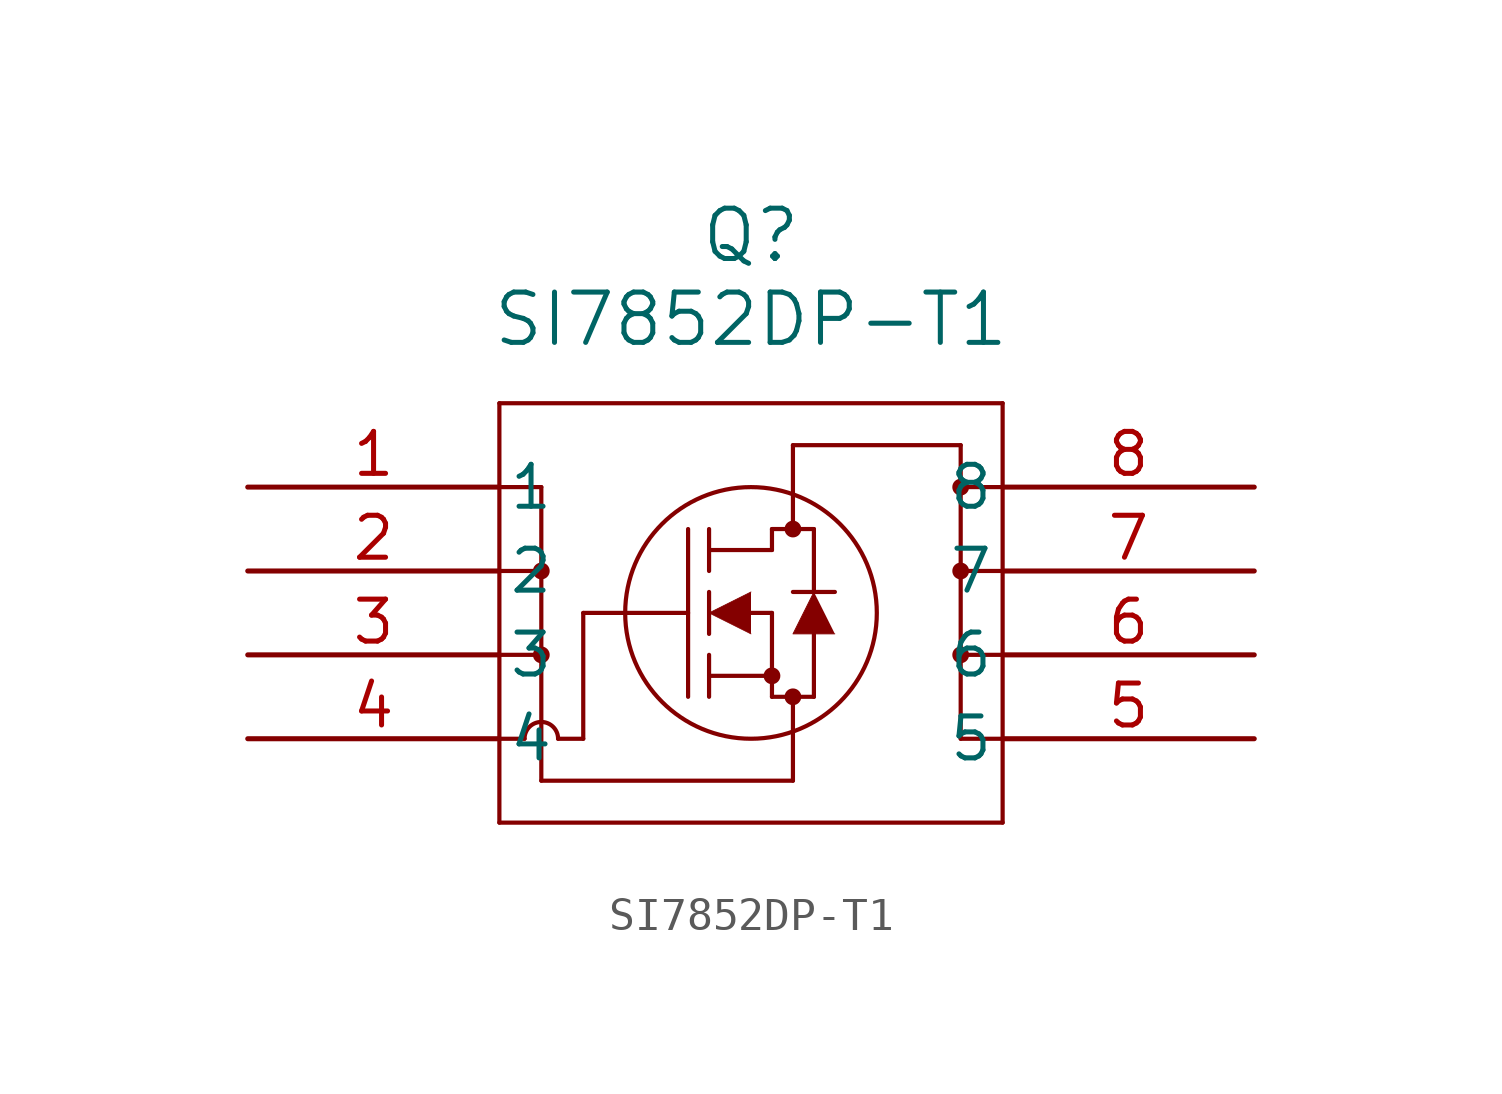
<source format=kicad_sym>
(kicad_symbol_lib
  (version 20211014)
  (generator kicad_symbol_editor)
  (symbol "SI7852DP-T1"
    (pin_names
      (offset 0.254))
    (property "Reference" "Q"
      (at 15.24 7.62 0)
      (effects (font (size 1.524 1.524))))
    (property "Value" "SI7852DP-T1"
      (at 15.24 5.08 0)
      (effects (font (size 1.524 1.524))))
    (symbol "SI7852DP-T1_0_1"
      (polyline (pts (xy 7.62 2.54) (xy 7.62 -10.16)) (stroke (width 0.127) (type default) (color 0 0 0 0)) (fill (type none)))
      (polyline (pts (xy 7.62 -10.16) (xy 22.86 -10.16)) (stroke (width 0.127) (type default) (color 0 0 0 0)) (fill (type none)))
      (polyline (pts (xy 22.86 -10.16) (xy 22.86 2.54)) (stroke (width 0.127) (type default) (color 0 0 0 0)) (fill (type none)))
      (polyline (pts (xy 22.86 2.54) (xy 7.62 2.54)) (stroke (width 0.127) (type default) (color 0 0 0 0)) (fill (type none)))
      (circle (center 16.51 -1.27) (radius 0.127) (stroke (width 0.254) (type default) (color 0 0 0 0)) (fill (type none)))
      (circle (center 16.51 -6.35) (radius 0.127) (stroke (width 0.254) (type default) (color 0 0 0 0)) (fill (type none)))
      (circle (center 15.875 -5.715) (radius 0.127) (stroke (width 0.254) (type default) (color 0 0 0 0)) (fill (type none)))
      (circle (center 15.24 -3.81) (radius 3.81) (stroke (width 0.127) (type default) (color 0 0 0 0)) (fill (type none)))
      (polyline (pts (xy 10.16 -3.81) (xy 13.335 -3.81)) (stroke (width 0.127) (type default) (color 0 0 0 0)) (fill (type none)))
      (polyline (pts (xy 13.335 -6.35) (xy 13.335 -1.27)) (stroke (width 0.127) (type default) (color 0 0 0 0)) (fill (type none)))
      (polyline (pts (xy 13.97 -4.445) (xy 13.97 -3.175)) (stroke (width 0.127) (type default) (color 0 0 0 0)) (fill (type none)))
      (polyline (pts (xy 13.97 -6.35) (xy 13.97 -5.08)) (stroke (width 0.127) (type default) (color 0 0 0 0)) (fill (type none)))
      (polyline (pts (xy 13.97 -2.54) (xy 13.97 -1.27)) (stroke (width 0.127) (type default) (color 0 0 0 0)) (fill (type none)))
      (polyline (pts (xy 15.24 -3.81) (xy 15.875 -3.81)) (stroke (width 0.127) (type default) (color 0 0 0 0)) (fill (type none)))
      (polyline (pts (xy 13.97 -5.715) (xy 15.875 -5.715)) (stroke (width 0.127) (type default) (color 0 0 0 0)) (fill (type none)))
      (polyline (pts (xy 15.875 -6.35) (xy 15.875 -3.81)) (stroke (width 0.127) (type default) (color 0 0 0 0)) (fill (type none)))
      (polyline (pts (xy 15.875 -6.35) (xy 17.145 -6.35)) (stroke (width 0.127) (type default) (color 0 0 0 0)) (fill (type none)))
      (polyline (pts (xy 13.97 -1.905) (xy 15.875 -1.905)) (stroke (width 0.127) (type default) (color 0 0 0 0)) (fill (type none)))
      (polyline (pts (xy 17.145 -3.175) (xy 17.145 -1.27)) (stroke (width 0.127) (type default) (color 0 0 0 0)) (fill (type none)))
      (polyline (pts (xy 17.145 -6.35) (xy 17.145 -4.445)) (stroke (width 0.127) (type default) (color 0 0 0 0)) (fill (type none)))
      (polyline (pts (xy 17.78 -3.175) (xy 16.51 -3.175)) (stroke (width 0.127) (type default) (color 0 0 0 0)) (fill (type none)))
      (polyline (pts (xy 15.875 -1.27) (xy 17.145 -1.27)) (stroke (width 0.127) (type default) (color 0 0 0 0)) (fill (type none)))
      (polyline (pts (xy 15.875 -1.905) (xy 15.875 -1.27)) (stroke (width 0.127) (type default) (color 0 0 0 0)) (fill (type none)))
      (polyline (pts (xy 7.62 -7.62) (xy 8.382 -7.62)) (stroke (width 0.127) (type default) (color 0 0 0 0)) (fill (type none)))
      (polyline (pts (xy 8.89 0) (xy 8.89 -8.89)) (stroke (width 0.127) (type default) (color 0 0 0 0)) (fill (type none)))
      (polyline (pts (xy 7.62 0) (xy 8.89 0)) (stroke (width 0.127) (type default) (color 0 0 0 0)) (fill (type none)))
      (polyline (pts (xy 7.62 -2.54) (xy 8.89 -2.54)) (stroke (width 0.127) (type default) (color 0 0 0 0)) (fill (type none)))
      (polyline (pts (xy 7.62 -5.08) (xy 8.89 -5.08)) (stroke (width 0.127) (type default) (color 0 0 0 0)) (fill (type none)))
      (arc (start 9.398 -7.62) (mid 8.89 -7.112) (end 8.382 -7.62) (stroke (width 0.127) (type default) (color 0 0 0 0)) (fill (type none)))
      (polyline (pts (xy 10.16 -7.62) (xy 9.398 -7.62)) (stroke (width 0.127) (type default) (color 0 0 0 0)) (fill (type none)))
      (polyline (pts (xy 8.89 -8.89) (xy 16.51 -8.89)) (stroke (width 0.127) (type default) (color 0 0 0 0)) (fill (type none)))
      (polyline (pts (xy 16.51 -8.89) (xy 16.51 -6.35)) (stroke (width 0.127) (type default) (color 0 0 0 0)) (fill (type none)))
      (polyline (pts (xy 22.86 -7.62) (xy 21.59 -7.62)) (stroke (width 0.127) (type default) (color 0 0 0 0)) (fill (type none)))
      (polyline (pts (xy 21.59 -7.62) (xy 21.59 1.27)) (stroke (width 0.127) (type default) (color 0 0 0 0)) (fill (type none)))
      (polyline (pts (xy 22.86 -5.08) (xy 21.59 -5.08)) (stroke (width 0.127) (type default) (color 0 0 0 0)) (fill (type none)))
      (polyline (pts (xy 22.86 -2.54) (xy 21.59 -2.54)) (stroke (width 0.127) (type default) (color 0 0 0 0)) (fill (type none)))
      (polyline (pts (xy 21.59 1.27) (xy 16.51 1.27)) (stroke (width 0.127) (type default) (color 0 0 0 0)) (fill (type none)))
      (polyline (pts (xy 16.51 1.27) (xy 16.51 -1.27)) (stroke (width 0.127) (type default) (color 0 0 0 0)) (fill (type none)))
      (circle (center 8.89 -2.54) (radius 0.127) (stroke (width 0.254) (type default) (color 0 0 0 0)) (fill (type none)))
      (circle (center 8.89 -5.08) (radius 0.127) (stroke (width 0.254) (type default) (color 0 0 0 0)) (fill (type none)))
      (polyline (pts (xy 10.16 -3.81) (xy 10.16 -7.62)) (stroke (width 0.127) (type default) (color 0 0 0 0)) (fill (type none)))
      (circle (center 21.59 0) (radius 0.127) (stroke (width 0.254) (type default) (color 0 0 0 0)) (fill (type none)))
      (circle (center 21.59 -2.54) (radius 0.127) (stroke (width 0.254) (type default) (color 0 0 0 0)) (fill (type none)))
      (circle (center 21.59 -5.08) (radius 0.127) (stroke (width 0.254) (type default) (color 0 0 0 0)) (fill (type none)))
      (polyline (pts (xy 15.24 -3.175) (xy 13.97 -3.81) (xy 15.24 -4.445)) (stroke (width 0.025) (type default) (color 0 0 0 0)) (fill (type outline)))
      (polyline (pts (xy 17.78 -4.445) (xy 16.51 -4.445) (xy 17.145 -3.175)) (stroke (width 0.025) (type default) (color 0 0 0 0)) (fill (type outline)))
      (polyline (pts (xy 22.86 0) (xy 21.59 0)) (stroke (width 0.127) (type default) (color 0 0 0 0)) (fill (type none)))
      (pin unspecified line (at 0 0 0) (length 7.62) (name "1" (effects (font (size 1.27 1.27)))) (number "1" (effects (font (size 1.27 1.27)))))
      (pin unspecified line (at 0 -2.54 0) (length 7.62) (name "2" (effects (font (size 1.27 1.27)))) (number "2" (effects (font (size 1.27 1.27)))))
      (pin unspecified line (at 0 -5.08 0) (length 7.62) (name "3" (effects (font (size 1.27 1.27)))) (number "3" (effects (font (size 1.27 1.27)))))
      (pin unspecified line (at 0 -7.62 0) (length 7.62) (name "4" (effects (font (size 1.27 1.27)))) (number "4" (effects (font (size 1.27 1.27)))))
      (pin unspecified line (at 30.48 -7.62 180) (length 7.62) (name "5" (effects (font (size 1.27 1.27)))) (number "5" (effects (font (size 1.27 1.27)))))
      (pin unspecified line (at 30.48 -5.08 180) (length 7.62) (name "6" (effects (font (size 1.27 1.27)))) (number "6" (effects (font (size 1.27 1.27)))))
      (pin unspecified line (at 30.48 -2.54 180) (length 7.62) (name "7" (effects (font (size 1.27 1.27)))) (number "7" (effects (font (size 1.27 1.27)))))
      (pin unspecified line (at 30.48 0 180) (length 7.62) (name "8" (effects (font (size 1.27 1.27)))) (number "8" (effects (font (size 1.27 1.27))))))))
</source>
